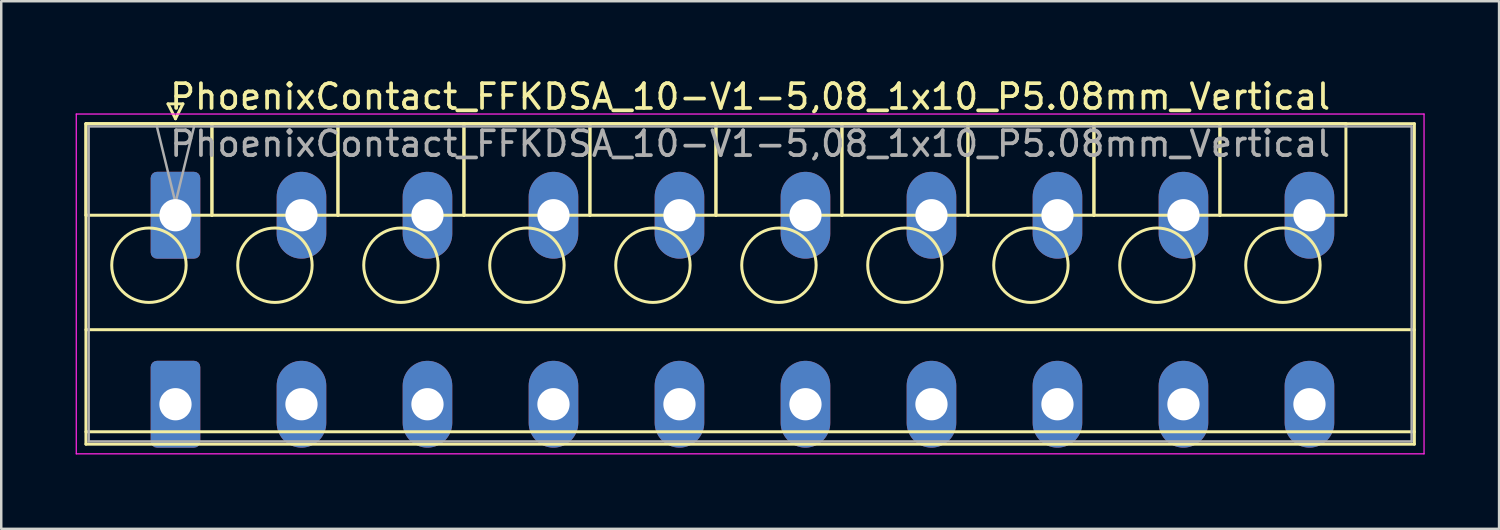
<source format=kicad_pcb>
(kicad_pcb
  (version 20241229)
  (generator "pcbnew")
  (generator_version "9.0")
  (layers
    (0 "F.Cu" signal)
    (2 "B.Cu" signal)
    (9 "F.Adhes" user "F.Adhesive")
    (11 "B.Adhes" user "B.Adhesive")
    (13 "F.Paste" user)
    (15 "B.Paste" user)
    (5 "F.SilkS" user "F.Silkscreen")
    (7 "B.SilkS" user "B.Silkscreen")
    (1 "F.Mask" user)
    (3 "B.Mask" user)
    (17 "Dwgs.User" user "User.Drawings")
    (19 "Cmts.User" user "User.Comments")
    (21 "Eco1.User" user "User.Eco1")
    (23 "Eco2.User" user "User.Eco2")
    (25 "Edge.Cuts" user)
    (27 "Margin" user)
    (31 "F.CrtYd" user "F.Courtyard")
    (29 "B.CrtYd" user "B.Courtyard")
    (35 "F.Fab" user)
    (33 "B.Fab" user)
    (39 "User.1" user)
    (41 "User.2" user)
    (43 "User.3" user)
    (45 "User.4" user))
  (footprint "PhoenixContact_FFKDSA_10-V1-5,08_1x10_P5.08mm_Vertical"
    (layer "F.Cu")
    (at 4.025 5.628)
    (property "Reference" "PhoenixContact_FFKDSA_10-V1-5,08_1x10_P5.08mm_Vertical" (at 23.17 -4.78 0) (layer "F.SilkS") (effects (font (size 1 1) (thickness 0.15))))
    (attr through_hole)
    (fp_line (start -3.61 -3.69) (end -3.61 0) (stroke (width 0.12) (type solid)) (layer "F.SilkS"))
    (fp_line (start -3.61 -3.69) (end -3.61 9.23) (stroke (width 0.12) (type solid)) (layer "F.SilkS"))
    (fp_line (start -3.61 0) (end 1.47 0) (stroke (width 0.12) (type solid)) (layer "F.SilkS"))
    (fp_line (start -3.61 4.615) (end 49.95 4.615) (stroke (width 0.12) (type solid)) (layer "F.SilkS"))
    (fp_line (start -3.61 8.73) (end 49.95 8.73) (stroke (width 0.12) (type solid)) (layer "F.SilkS"))
    (fp_line (start -3.61 9.23) (end 49.95 9.23) (stroke (width 0.12) (type solid)) (layer "F.SilkS"))
    (fp_line (start -0.3 -4.49) (end 0.3 -4.49) (stroke (width 0.12) (type solid)) (layer "F.SilkS"))
    (fp_line (start 0 -3.89) (end -0.3 -4.49) (stroke (width 0.12) (type solid)) (layer "F.SilkS"))
    (fp_line (start 0.3 -4.49) (end 0 -3.89) (stroke (width 0.12) (type solid)) (layer "F.SilkS"))
    (fp_line (start 1.47 -3.69) (end -3.61 -3.69) (stroke (width 0.12) (type solid)) (layer "F.SilkS"))
    (fp_line (start 1.47 -3.69) (end 1.47 0) (stroke (width 0.12) (type solid)) (layer "F.SilkS"))
    (fp_line (start 1.47 0) (end 1.47 -3.69) (stroke (width 0.12) (type solid)) (layer "F.SilkS"))
    (fp_line (start 1.47 0) (end 6.55 0) (stroke (width 0.12) (type solid)) (layer "F.SilkS"))
    (fp_line (start 6.55 -3.69) (end 1.47 -3.69) (stroke (width 0.12) (type solid)) (layer "F.SilkS"))
    (fp_line (start 6.55 -3.69) (end 6.55 0) (stroke (width 0.12) (type solid)) (layer "F.SilkS"))
    (fp_line (start 6.55 0) (end 6.55 -3.69) (stroke (width 0.12) (type solid)) (layer "F.SilkS"))
    (fp_line (start 6.55 0) (end 11.63 0) (stroke (width 0.12) (type solid)) (layer "F.SilkS"))
    (fp_line (start 11.63 -3.69) (end 6.55 -3.69) (stroke (width 0.12) (type solid)) (layer "F.SilkS"))
    (fp_line (start 11.63 -3.69) (end 11.63 0) (stroke (width 0.12) (type solid)) (layer "F.SilkS"))
    (fp_line (start 11.63 0) (end 11.63 -3.69) (stroke (width 0.12) (type solid)) (layer "F.SilkS"))
    (fp_line (start 11.63 0) (end 16.71 0) (stroke (width 0.12) (type solid)) (layer "F.SilkS"))
    (fp_line (start 16.71 -3.69) (end 11.63 -3.69) (stroke (width 0.12) (type solid)) (layer "F.SilkS"))
    (fp_line (start 16.71 -3.69) (end 16.71 0) (stroke (width 0.12) (type solid)) (layer "F.SilkS"))
    (fp_line (start 16.71 0) (end 16.71 -3.69) (stroke (width 0.12) (type solid)) (layer "F.SilkS"))
    (fp_line (start 16.71 0) (end 21.79 0) (stroke (width 0.12) (type solid)) (layer "F.SilkS"))
    (fp_line (start 21.79 -3.69) (end 16.71 -3.69) (stroke (width 0.12) (type solid)) (layer "F.SilkS"))
    (fp_line (start 21.79 -3.69) (end 21.79 0) (stroke (width 0.12) (type solid)) (layer "F.SilkS"))
    (fp_line (start 21.79 0) (end 21.79 -3.69) (stroke (width 0.12) (type solid)) (layer "F.SilkS"))
    (fp_line (start 21.79 0) (end 26.87 0) (stroke (width 0.12) (type solid)) (layer "F.SilkS"))
    (fp_line (start 26.87 -3.69) (end 21.79 -3.69) (stroke (width 0.12) (type solid)) (layer "F.SilkS"))
    (fp_line (start 26.87 -3.69) (end 26.87 0) (stroke (width 0.12) (type solid)) (layer "F.SilkS"))
    (fp_line (start 26.87 0) (end 26.87 -3.69) (stroke (width 0.12) (type solid)) (layer "F.SilkS"))
    (fp_line (start 26.87 0) (end 31.95 0) (stroke (width 0.12) (type solid)) (layer "F.SilkS"))
    (fp_line (start 31.95 -3.69) (end 26.87 -3.69) (stroke (width 0.12) (type solid)) (layer "F.SilkS"))
    (fp_line (start 31.95 -3.69) (end 31.95 0) (stroke (width 0.12) (type solid)) (layer "F.SilkS"))
    (fp_line (start 31.95 0) (end 31.95 -3.69) (stroke (width 0.12) (type solid)) (layer "F.SilkS"))
    (fp_line (start 31.95 0) (end 37.03 0) (stroke (width 0.12) (type solid)) (layer "F.SilkS"))
    (fp_line (start 37.03 -3.69) (end 31.95 -3.69) (stroke (width 0.12) (type solid)) (layer "F.SilkS"))
    (fp_line (start 37.03 -3.69) (end 37.03 0) (stroke (width 0.12) (type solid)) (layer "F.SilkS"))
    (fp_line (start 37.03 0) (end 37.03 -3.69) (stroke (width 0.12) (type solid)) (layer "F.SilkS"))
    (fp_line (start 37.03 0) (end 42.11 0) (stroke (width 0.12) (type solid)) (layer "F.SilkS"))
    (fp_line (start 42.11 -3.69) (end 37.03 -3.69) (stroke (width 0.12) (type solid)) (layer "F.SilkS"))
    (fp_line (start 42.11 -3.69) (end 42.11 0) (stroke (width 0.12) (type solid)) (layer "F.SilkS"))
    (fp_line (start 42.11 0) (end 42.11 -3.69) (stroke (width 0.12) (type solid)) (layer "F.SilkS"))
    (fp_line (start 42.11 0) (end 47.19 0) (stroke (width 0.12) (type solid)) (layer "F.SilkS"))
    (fp_line (start 47.19 -3.69) (end 42.11 -3.69) (stroke (width 0.12) (type solid)) (layer "F.SilkS"))
    (fp_line (start 47.19 0) (end 47.19 -3.69) (stroke (width 0.12) (type solid)) (layer "F.SilkS"))
    (fp_line (start 49.95 -3.69) (end -3.61 -3.69) (stroke (width 0.12) (type solid)) (layer "F.SilkS"))
    (fp_line (start 49.95 9.23) (end 49.95 -3.69) (stroke (width 0.12) (type solid)) (layer "F.SilkS"))
    (fp_circle (center -1.07 2.015) (end 0.43 2.015) (stroke (width 0.12) (type solid)) (fill no) (layer "F.SilkS"))
    (fp_circle (center 4.01 2.015) (end 5.51 2.015) (stroke (width 0.12) (type solid)) (fill no) (layer "F.SilkS"))
    (fp_circle (center 9.09 2.015) (end 10.59 2.015) (stroke (width 0.12) (type solid)) (fill no) (layer "F.SilkS"))
    (fp_circle (center 14.17 2.015) (end 15.67 2.015) (stroke (width 0.12) (type solid)) (fill no) (layer "F.SilkS"))
    (fp_circle (center 19.25 2.015) (end 20.75 2.015) (stroke (width 0.12) (type solid)) (fill no) (layer "F.SilkS"))
    (fp_circle (center 24.33 2.015) (end 25.83 2.015) (stroke (width 0.12) (type solid)) (fill no) (layer "F.SilkS"))
    (fp_circle (center 29.41 2.015) (end 30.91 2.015) (stroke (width 0.12) (type solid)) (fill no) (layer "F.SilkS"))
    (fp_circle (center 34.49 2.015) (end 35.99 2.015) (stroke (width 0.12) (type solid)) (fill no) (layer "F.SilkS"))
    (fp_circle (center 39.57 2.015) (end 41.07 2.015) (stroke (width 0.12) (type solid)) (fill no) (layer "F.SilkS"))
    (fp_circle (center 44.65 2.015) (end 46.15 2.015) (stroke (width 0.12) (type solid)) (fill no) (layer "F.SilkS"))
    (fp_line (start -4 -4.08) (end -4 9.62) (stroke (width 0.05) (type solid)) (layer "F.CrtYd"))
    (fp_line (start -4 9.62) (end 50.34 9.62) (stroke (width 0.05) (type solid)) (layer "F.CrtYd"))
    (fp_line (start 50.34 -4.08) (end -4 -4.08) (stroke (width 0.05) (type solid)) (layer "F.CrtYd"))
    (fp_line (start 50.34 9.62) (end 50.34 -4.08) (stroke (width 0.05) (type solid)) (layer "F.CrtYd"))
    (fp_line (start -3.5 -3.58) (end -3.5 9.12) (stroke (width 0.1) (type solid)) (layer "F.Fab"))
    (fp_line (start -3.5 9.12) (end 49.84 9.12) (stroke (width 0.1) (type solid)) (layer "F.Fab"))
    (fp_line (start 0 -0.5) (end -0.75 -3.58) (stroke (width 0.1) (type solid)) (layer "F.Fab"))
    (fp_line (start 0.75 -3.58) (end 0 -0.5) (stroke (width 0.1) (type solid)) (layer "F.Fab"))
    (fp_line (start 49.84 -3.58) (end -3.5 -3.58) (stroke (width 0.1) (type solid)) (layer "F.Fab"))
    (fp_line (start 49.84 9.12) (end 49.84 -3.58) (stroke (width 0.1) (type solid)) (layer "F.Fab"))
    (fp_text user "${REFERENCE}" (at 23.17 -2.88 0) (layer "F.Fab") (effects (font (size 1 1) (thickness 0.15))))
    (pad "1" thru_hole roundrect (at 0 0) (size 2 3.5) (drill 1.3) (layers "*.Cu" "*.Mask") (roundrect_rratio 0.125))
    (pad "1" thru_hole roundrect (at 0 7.62) (size 2 3.5) (drill 1.3) (layers "*.Cu" "*.Mask") (roundrect_rratio 0.125))
    (pad "2" thru_hole oval (at 5.08 0) (size 2 3.5) (drill 1.3) (layers "*.Cu" "*.Mask"))
    (pad "2" thru_hole oval (at 5.08 7.62) (size 2 3.5) (drill 1.3) (layers "*.Cu" "*.Mask"))
    (pad "3" thru_hole oval (at 10.16 0) (size 2 3.5) (drill 1.3) (layers "*.Cu" "*.Mask"))
    (pad "3" thru_hole oval (at 10.16 7.62) (size 2 3.5) (drill 1.3) (layers "*.Cu" "*.Mask"))
    (pad "4" thru_hole oval (at 15.24 0) (size 2 3.5) (drill 1.3) (layers "*.Cu" "*.Mask"))
    (pad "4" thru_hole oval (at 15.24 7.62) (size 2 3.5) (drill 1.3) (layers "*.Cu" "*.Mask"))
    (pad "5" thru_hole oval (at 20.32 0) (size 2 3.5) (drill 1.3) (layers "*.Cu" "*.Mask"))
    (pad "5" thru_hole oval (at 20.32 7.62) (size 2 3.5) (drill 1.3) (layers "*.Cu" "*.Mask"))
    (pad "6" thru_hole oval (at 25.4 0) (size 2 3.5) (drill 1.3) (layers "*.Cu" "*.Mask"))
    (pad "6" thru_hole oval (at 25.4 7.62) (size 2 3.5) (drill 1.3) (layers "*.Cu" "*.Mask"))
    (pad "7" thru_hole oval (at 30.48 0) (size 2 3.5) (drill 1.3) (layers "*.Cu" "*.Mask"))
    (pad "7" thru_hole oval (at 30.48 7.62) (size 2 3.5) (drill 1.3) (layers "*.Cu" "*.Mask"))
    (pad "8" thru_hole oval (at 35.56 0) (size 2 3.5) (drill 1.3) (layers "*.Cu" "*.Mask"))
    (pad "8" thru_hole oval (at 35.56 7.62) (size 2 3.5) (drill 1.3) (layers "*.Cu" "*.Mask"))
    (pad "9" thru_hole oval (at 40.64 0) (size 2 3.5) (drill 1.3) (layers "*.Cu" "*.Mask"))
    (pad "9" thru_hole oval (at 40.64 7.62) (size 2 3.5) (drill 1.3) (layers "*.Cu" "*.Mask"))
    (pad "10" thru_hole oval (at 45.72 0) (size 2 3.5) (drill 1.3) (layers "*.Cu" "*.Mask"))
    (pad "10" thru_hole oval (at 45.72 7.62) (size 2 3.5) (drill 1.3) (layers "*.Cu" "*.Mask")))
  (gr_rect
    (start -3 -3)
    (end 57.39 18.273)
    (stroke (width 0.1) (type default))
    (fill no)
    (layer "Edge.Cuts")))
</source>
